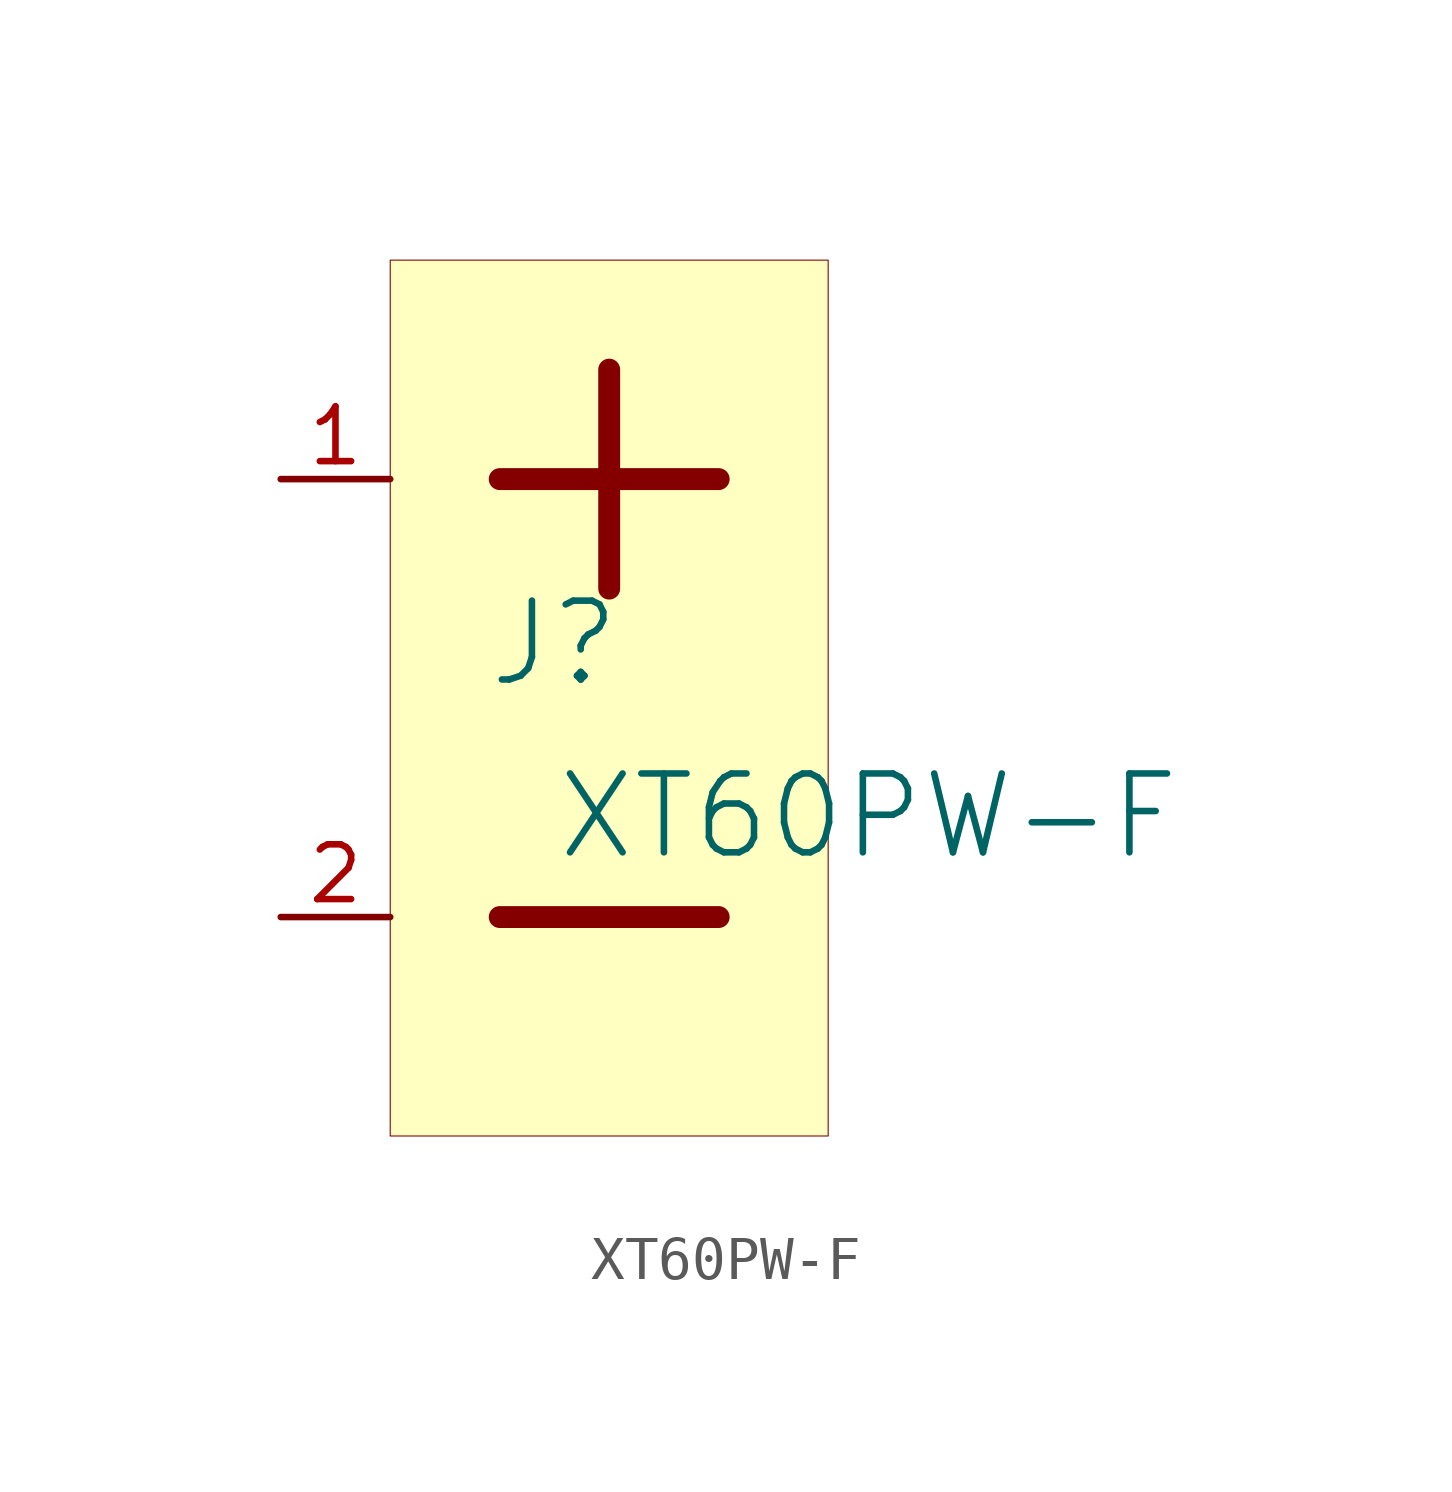
<source format=kicad_sym>
(kicad_symbol_lib
  (version 20231120)
  (generator "kicad_symbol_editor")
  (generator_version "8.0")
  (symbol "XT60PW-F"
    (property "Reference" "J"
      (at -1.27 1.27 0)
      (effects (font (size 1.829 1.829))))
    (property "Value" "XT60PW-F"
      (at -1.27 -3.81 0)
      (effects (font (size 1.829 1.829)) (justify left bottom)))
    (symbol "XT60PW-F_1_0"
      (polyline (pts (xy -2.54 -5.08) (xy 2.54 -5.08)) (stroke (width 0.508) (type solid)) (fill (type none)))
      (polyline (pts (xy -2.54 5.08) (xy 2.54 5.08)) (stroke (width 0.508) (type solid)) (fill (type none)))
      (polyline (pts (xy 0 7.62) (xy 0 2.54)) (stroke (width 0.508) (type solid)) (fill (type none)))
      (rectangle (start 5.08 10.16) (end -5.08 -10.16) (stroke (width 0.025) (type solid) (color 128 0 0 1)) (fill (type background)))
      (pin power_in line (at -7.62 5.08 0) (length 2.54) (name "V+" (effects (font (size 0 0)))) (number "1" (effects (font (size 1.27 1.27)))))
      (pin power_in line (at -7.62 -5.08 0) (length 2.54) (name "V-" (effects (font (size 0 0)))) (number "2" (effects (font (size 1.27 1.27))))))))
</source>
